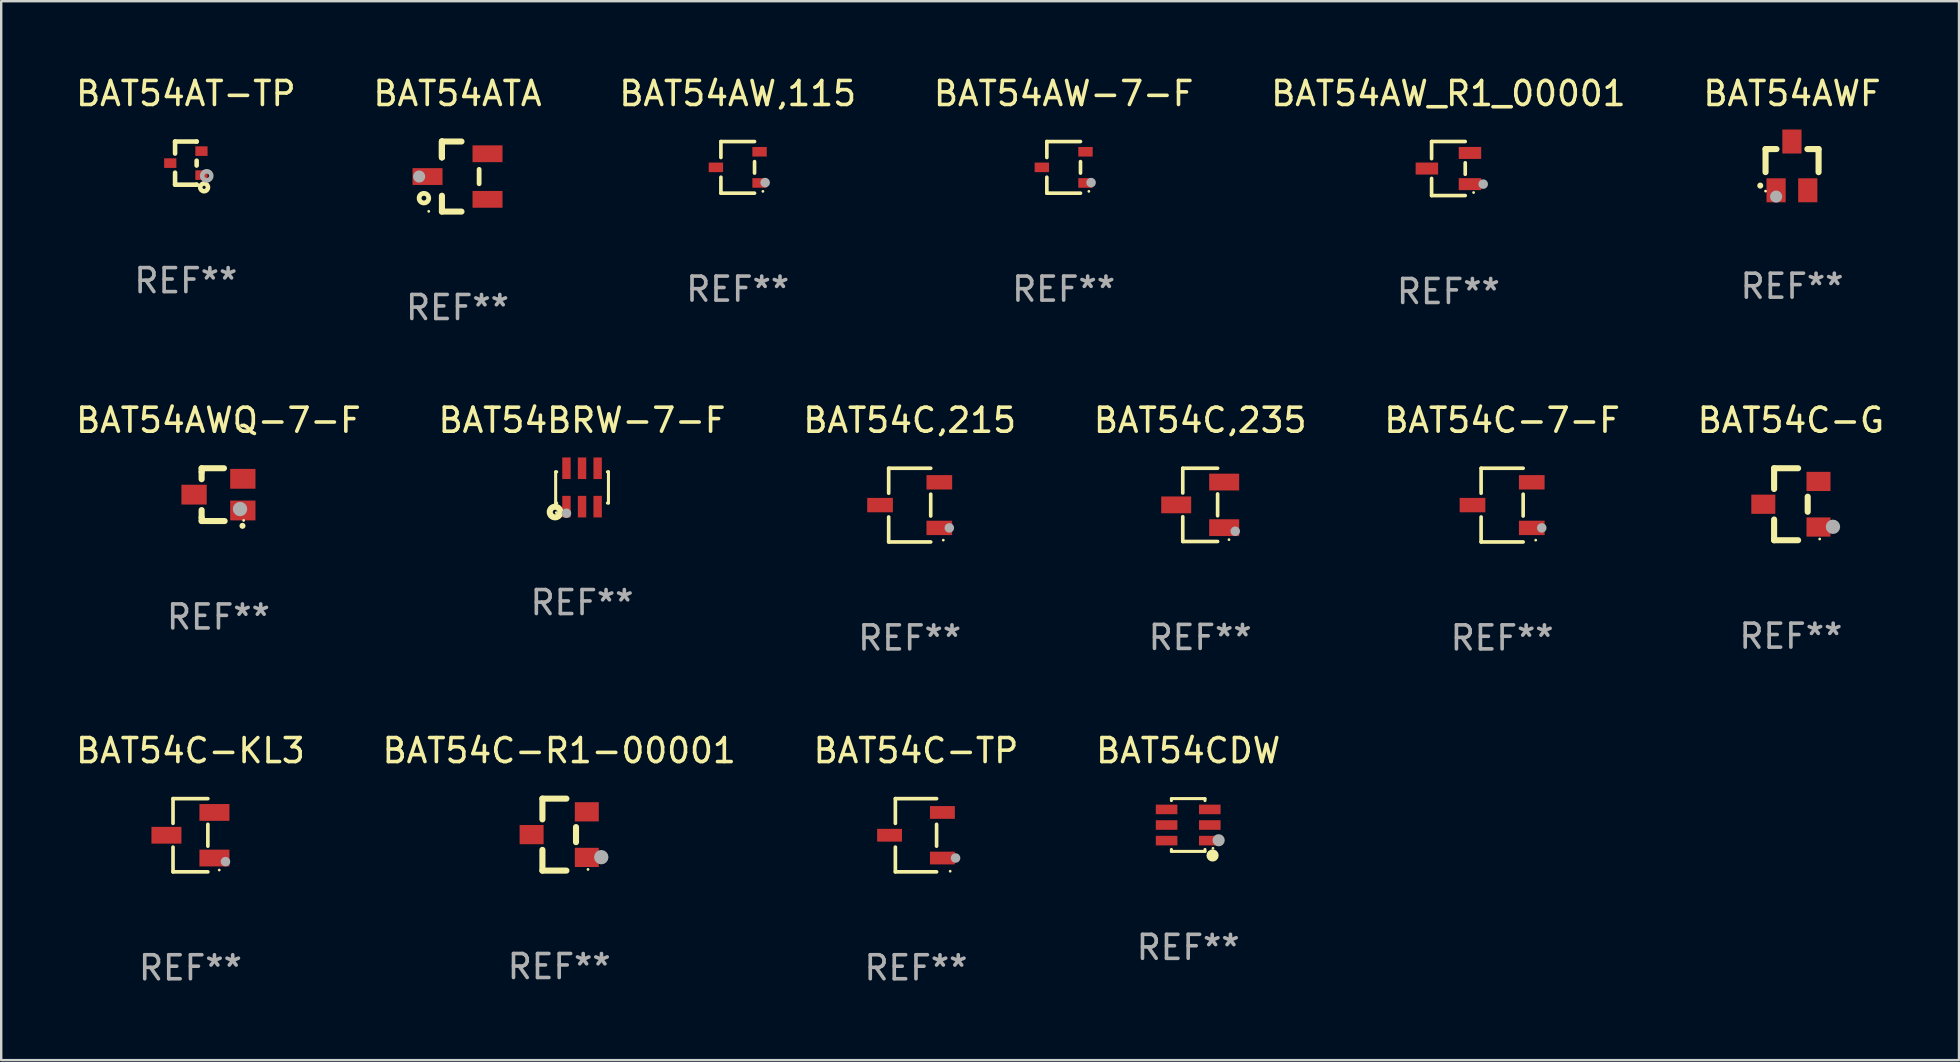
<source format=kicad_pcb>
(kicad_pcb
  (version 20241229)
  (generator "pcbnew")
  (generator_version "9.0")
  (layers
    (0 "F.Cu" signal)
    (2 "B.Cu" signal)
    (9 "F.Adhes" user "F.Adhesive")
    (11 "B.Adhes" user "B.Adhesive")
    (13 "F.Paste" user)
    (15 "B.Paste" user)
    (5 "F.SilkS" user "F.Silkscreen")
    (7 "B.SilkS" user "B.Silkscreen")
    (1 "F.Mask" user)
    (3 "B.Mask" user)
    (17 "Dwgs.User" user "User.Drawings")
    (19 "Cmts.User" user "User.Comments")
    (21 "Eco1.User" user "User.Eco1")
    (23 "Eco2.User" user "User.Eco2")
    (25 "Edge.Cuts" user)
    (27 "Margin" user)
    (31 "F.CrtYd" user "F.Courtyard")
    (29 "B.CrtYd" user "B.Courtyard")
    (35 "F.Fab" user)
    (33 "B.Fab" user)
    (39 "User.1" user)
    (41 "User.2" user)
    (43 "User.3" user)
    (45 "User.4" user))
  (footprint "BAT54AW_R1_00001"
    (layer "F.Cu")
    (at 57.315 3.974)
    (property "Reference" "BAT54AW_R1_00001" (at 0 -3.126 0) (layer "F.SilkS") (effects (font (size 1 1) (thickness 0.15))))
    (attr through_hole)
    (fp_line (start -0.701 -1.126) (end -0.701 -0.411) (stroke (width 0.152) (type solid)) (layer "F.SilkS"))
    (fp_line (start -0.701 1.126) (end -0.701 0.411) (stroke (width 0.152) (type solid)) (layer "F.SilkS"))
    (fp_line (start 0.701 -1.126) (end -0.701 -1.126) (stroke (width 0.152) (type solid)) (layer "F.SilkS"))
    (fp_line (start 0.701 -0.239) (end 0.701 0.239) (stroke (width 0.152) (type solid)) (layer "F.SilkS"))
    (fp_line (start 0.701 1.126) (end -0.701 1.126) (stroke (width 0.152) (type solid)) (layer "F.SilkS"))
    (fp_circle (center 1.05 1) (end 1.08 1) (stroke (width 0.06) (type solid)) (fill no) (layer "F.SilkS"))
    (fp_circle (center 1.45 0.65) (end 1.55 0.65) (stroke (width 0.2) (type solid)) (fill no) (layer "F.Fab"))
    (fp_text user "REF**" (at 0 5.126 0) (layer "F.Fab") (effects (font (size 1 1) (thickness 0.15))))
    (pad "1" smd rect (at 0.898 0.65) (size 0.936 0.5) (layers "F.Cu" "F.Mask" "F.Paste"))
    (pad "2" smd rect (at 0.898 -0.65) (size 0.936 0.5) (layers "F.Cu" "F.Mask" "F.Paste"))
    (pad "3" smd rect (at -0.898 0) (size 0.936 0.5) (layers "F.Cu" "F.Mask" "F.Paste")))
  (footprint "BAT54AWF"
    (layer "F.Cu")
    (at 71.637 3.864)
    (property "Reference" "BAT54AWF" (at 0 -3.016 0) (layer "F.SilkS") (effects (font (size 1 1) (thickness 0.15))))
    (attr through_hole)
    (fp_line (start -1.105 -0.701) (end -1.105 0.259) (stroke (width 0.254) (type solid)) (layer "F.SilkS"))
    (fp_line (start -0.955 -0.701) (end -1.105 -0.701) (stroke (width 0.254) (type solid)) (layer "F.SilkS"))
    (fp_line (start -0.955 -0.701) (end -0.649 -0.701) (stroke (width 0.254) (type solid)) (layer "F.SilkS"))
    (fp_line (start 0.639 -0.701) (end 0.945 -0.701) (stroke (width 0.254) (type solid)) (layer "F.SilkS"))
    (fp_line (start 0.945 -0.701) (end 1.105 -0.701) (stroke (width 0.254) (type solid)) (layer "F.SilkS"))
    (fp_line (start 1.105 -0.701) (end 1.105 0.261) (stroke (width 0.254) (type solid)) (layer "F.SilkS"))
    (fp_arc (start -1.324994 0.82253) (mid -1.325 0.82126) (end -1.324994 0.81999) (stroke (width 0.24892) (type solid)) (layer "F.SilkS"))
    (fp_circle (center -1.105 1.05) (end -1.075 1.05) (stroke (width 0.06) (type solid)) (fill no) (layer "F.SilkS"))
    (fp_circle (center -0.665 1.28) (end -0.538 1.28) (stroke (width 0.254) (type solid)) (fill no) (layer "F.Fab"))
    (fp_text user "REF**" (at 0 5.016 0) (layer "F.Fab") (effects (font (size 1 1) (thickness 0.15))))
    (pad "1" smd rect (at -0.665 1.016) (size 0.8 1) (layers "F.Cu" "F.Mask" "F.Paste"))
    (pad "2" smd rect (at 0.655 1.016) (size 0.8 1) (layers "F.Cu" "F.Mask" "F.Paste"))
    (pad "3" smd rect (at -0.005 -1.016) (size 0.8 1) (layers "F.Cu" "F.Mask" "F.Paste")))
  (footprint "BAT54C-R1-00001"
    (layer "F.Cu")
    (at 20.256 31.734)
    (property "Reference" "BAT54C-R1-00001" (at 0 -3.5 0) (layer "F.SilkS") (effects (font (size 1 1) (thickness 0.15))))
    (attr through_hole)
    (fp_line (start -0.7 -1.5) (end 0.3 -1.5) (stroke (width 0.254) (type solid)) (layer "F.SilkS"))
    (fp_line (start -0.7 -0.636) (end -0.7 -1.5) (stroke (width 0.254) (type solid)) (layer "F.SilkS"))
    (fp_line (start -0.7 1.5) (end -0.7 0.636) (stroke (width 0.254) (type solid)) (layer "F.SilkS"))
    (fp_line (start -0.7 1.5) (end 0.3 1.5) (stroke (width 0.254) (type solid)) (layer "F.SilkS"))
    (fp_line (start 0.7 0.314) (end 0.7 -0.314) (stroke (width 0.254) (type solid)) (layer "F.SilkS"))
    (fp_circle (center 1.2 1.45) (end 1.23 1.45) (stroke (width 0.06) (type solid)) (fill no) (layer "F.SilkS"))
    (fp_circle (center 1.753 0.94) (end 1.903 0.94) (stroke (width 0.3) (type solid)) (fill no) (layer "F.Fab"))
    (fp_text user "REF**" (at 0 5.5 0) (layer "F.Fab") (effects (font (size 1 1) (thickness 0.15))))
    (pad "1" smd rect (at 1.15 0.95 180) (size 1 0.8) (layers "F.Cu" "F.Mask" "F.Paste"))
    (pad "2" smd rect (at 1.15 -0.95 180) (size 1 0.8) (layers "F.Cu" "F.Mask" "F.Paste"))
    (pad "3" smd rect (at -1.15 -0.000051 180) (size 1 0.8) (layers "F.Cu" "F.Mask" "F.Paste")))
  (footprint "BAT54AW,115"
    (layer "F.Cu")
    (at 27.696 3.925)
    (property "Reference" "BAT54AW,115" (at 0 -3.076 0) (layer "F.SilkS") (effects (font (size 1 1) (thickness 0.15))))
    (attr through_hole)
    (fp_line (start -0.701 -1.076) (end -0.701 -0.411) (stroke (width 0.152) (type solid)) (layer "F.SilkS"))
    (fp_line (start -0.701 1.076) (end -0.701 0.411) (stroke (width 0.152) (type solid)) (layer "F.SilkS"))
    (fp_line (start 0.701 -1.076) (end -0.701 -1.076) (stroke (width 0.152) (type solid)) (layer "F.SilkS"))
    (fp_line (start 0.701 -0.239) (end 0.701 0.239) (stroke (width 0.152) (type solid)) (layer "F.SilkS"))
    (fp_line (start 0.701 1.076) (end -0.701 1.076) (stroke (width 0.152) (type solid)) (layer "F.SilkS"))
    (fp_circle (center 1.05 1) (end 1.08 1) (stroke (width 0.06) (type solid)) (fill no) (layer "F.SilkS"))
    (fp_circle (center 1.143 0.635) (end 1.243 0.635) (stroke (width 0.2) (type solid)) (fill no) (layer "F.Fab"))
    (fp_text user "REF**" (at 0 5.076 0) (layer "F.Fab") (effects (font (size 1 1) (thickness 0.15))))
    (pad "1" smd rect (at 0.91 0.65) (size 0.6 0.4) (layers "F.Cu" "F.Mask" "F.Paste"))
    (pad "2" smd rect (at 0.91 -0.65) (size 0.6 0.4) (layers "F.Cu" "F.Mask" "F.Paste"))
    (pad "3" smd rect (at -0.91 0) (size 0.6 0.4) (layers "F.Cu" "F.Mask" "F.Paste")))
  (footprint "BAT54BRW-7-F"
    (layer "F.Cu")
    (at 21.208 17.265)
    (property "Reference" "BAT54BRW-7-F" (at 0 -2.8 0) (layer "F.SilkS") (effects (font (size 1 1) (thickness 0.15))))
    (attr through_hole)
    (fp_line (start -1.1 -0.65) (end -1.1 0.65) (stroke (width 0.127) (type solid)) (layer "F.SilkS"))
    (fp_line (start -1.1 -0.65) (end -1.056 -0.65) (stroke (width 0.127) (type solid)) (layer "F.SilkS"))
    (fp_line (start -1.1 0.65) (end -1.056 0.65) (stroke (width 0.127) (type solid)) (layer "F.SilkS"))
    (fp_line (start 1.056 -0.65) (end 1.1 -0.65) (stroke (width 0.127) (type solid)) (layer "F.SilkS"))
    (fp_line (start 1.056 0.65) (end 1.1 0.65) (stroke (width 0.127) (type solid)) (layer "F.SilkS"))
    (fp_line (start 1.1 -0.65) (end 1.1 0.65) (stroke (width 0.127) (type solid)) (layer "F.SilkS"))
    (fp_circle (center -1.125 1.025) (end -1.031 1.025) (stroke (width 0.254) (type solid)) (fill no) (layer "F.SilkS"))
    (fp_circle (center -1.075 1.05) (end -1.045 1.05) (stroke (width 0.06) (type solid)) (fill no) (layer "F.SilkS"))
    (fp_circle (center -0.65 1.075) (end -0.55 1.075) (stroke (width 0.2) (type solid)) (fill no) (layer "F.Fab"))
    (fp_text user "REF**" (at 0 4.8 0) (layer "F.Fab") (effects (font (size 1 1) (thickness 0.15))))
    (pad "1" smd rect (at -0.65 0.8) (size 0.35 0.9) (layers "F.Cu" "F.Mask" "F.Paste"))
    (pad "2" smd rect (at 0.000025 0.8) (size 0.35 0.9) (layers "F.Cu" "F.Mask" "F.Paste"))
    (pad "3" smd rect (at 0.65 0.8) (size 0.35 0.9) (layers "F.Cu" "F.Mask" "F.Paste"))
    (pad "4" smd rect (at 0.65 -0.8) (size 0.35 0.9) (layers "F.Cu" "F.Mask" "F.Paste"))
    (pad "5" smd rect (at 0.000025 -0.8) (size 0.35 0.9) (layers "F.Cu" "F.Mask" "F.Paste"))
    (pad "6" smd rect (at -0.65 -0.8) (size 0.35 0.9) (layers "F.Cu" "F.Mask" "F.Paste")))
  (footprint "BAT54C-TP"
    (layer "F.Cu")
    (at 35.125 31.76)
    (property "Reference" "BAT54C-TP" (at 0 -3.526 0) (layer "F.SilkS") (effects (font (size 1 1) (thickness 0.15))))
    (attr through_hole)
    (fp_line (start -0.859 -1.526) (end -0.859 -0.495) (stroke (width 0.152) (type solid)) (layer "F.SilkS"))
    (fp_line (start -0.859 1.526) (end -0.859 0.495) (stroke (width 0.152) (type solid)) (layer "F.SilkS"))
    (fp_line (start 0.859 -1.526) (end -0.859 -1.526) (stroke (width 0.152) (type solid)) (layer "F.SilkS"))
    (fp_line (start 0.859 -0.455) (end 0.859 0.455) (stroke (width 0.152) (type solid)) (layer "F.SilkS"))
    (fp_line (start 0.859 1.526) (end -0.859 1.526) (stroke (width 0.152) (type solid)) (layer "F.SilkS"))
    (fp_circle (center 1.425 1.5) (end 1.455 1.5) (stroke (width 0.06) (type solid)) (fill no) (layer "F.SilkS"))
    (fp_circle (center 1.65 0.95) (end 1.75 0.95) (stroke (width 0.2) (type solid)) (fill no) (layer "F.Fab"))
    (fp_text user "REF**" (at 0 5.526 0) (layer "F.Fab") (effects (font (size 1 1) (thickness 0.15))))
    (pad "1" smd rect (at 1.101 0.95) (size 1.037 0.532) (layers "F.Cu" "F.Mask" "F.Paste"))
    (pad "2" smd rect (at 1.101 -0.95) (size 1.037 0.532) (layers "F.Cu" "F.Mask" "F.Paste"))
    (pad "3" smd rect (at -1.101 0) (size 1.037 0.532) (layers "F.Cu" "F.Mask" "F.Paste")))
  (footprint "BAT54AT-TP"
    (layer "F.Cu")
    (at 4.696 3.748)
    (property "Reference" "BAT54AT-TP" (at 0 -2.9 0) (layer "F.SilkS") (effects (font (size 1 1) (thickness 0.15))))
    (attr through_hole)
    (fp_line (start -0.45 -0.9) (end 0.45 -0.9) (stroke (width 0.19) (type solid)) (layer "F.SilkS"))
    (fp_line (start -0.45 -0.399) (end -0.45 -0.9) (stroke (width 0.19) (type solid)) (layer "F.SilkS"))
    (fp_line (start -0.45 0.9) (end -0.45 0.399) (stroke (width 0.19) (type solid)) (layer "F.SilkS"))
    (fp_line (start -0.45 0.9) (end 0.45 0.9) (stroke (width 0.19) (type solid)) (layer "F.SilkS"))
    (fp_line (start 0.45 -0.899) (end 0.45 -0.9) (stroke (width 0.19) (type solid)) (layer "F.SilkS"))
    (fp_line (start 0.45 0.101) (end 0.45 -0.101) (stroke (width 0.19) (type solid)) (layer "F.SilkS"))
    (fp_line (start 0.45 0.9) (end 0.45 0.899) (stroke (width 0.19) (type solid)) (layer "F.SilkS"))
    (fp_circle (center 0.76 1.01) (end 0.827 1.01) (stroke (width 0.19) (type solid)) (fill no) (layer "F.SilkS"))
    (fp_circle (center 0.8 0.8) (end 0.81 0.8) (stroke (width 0.02) (type solid)) (fill no) (layer "F.SilkS"))
    (fp_circle (center 0.87 0.53) (end 0.964 0.53) (stroke (width 0.19) (type solid)) (fill no) (layer "F.Fab"))
    (fp_text user "REF**" (at 0 4.9 0) (layer "F.Fab") (effects (font (size 1 1) (thickness 0.15))))
    (pad "1" smd rect (at 0.65 0.5 90) (size 0.4 0.51) (layers "F.Cu" "F.Mask" "F.Paste"))
    (pad "2" smd rect (at 0.65 -0.5 90) (size 0.4 0.51) (layers "F.Cu" "F.Mask" "F.Paste"))
    (pad "3" smd rect (at -0.65 0.000127 90) (size 0.4 0.51) (layers "F.Cu" "F.Mask" "F.Paste")))
  (footprint "BAT54ATA"
    (layer "F.Cu")
    (at 16.018 4.308)
    (property "Reference" "BAT54ATA" (at 0 -3.46 0) (layer "F.SilkS") (effects (font (size 1 1) (thickness 0.15))))
    (attr through_hole)
    (fp_line (start -0.65 -1.46) (end -0.65 -0.8) (stroke (width 0.254) (type solid)) (layer "F.SilkS"))
    (fp_line (start -0.65 -1.46) (end 0.165 -1.46) (stroke (width 0.254) (type solid)) (layer "F.SilkS"))
    (fp_line (start -0.65 -0.8) (end -0.65 -1.46) (stroke (width 0.254) (type solid)) (layer "F.SilkS"))
    (fp_line (start -0.65 -0.8) (end -0.65 -1.46) (stroke (width 0.254) (type solid)) (layer "F.SilkS"))
    (fp_line (start -0.65 1.46) (end -0.65 0.8) (stroke (width 0.254) (type solid)) (layer "F.SilkS"))
    (fp_line (start 0.165 1.46) (end -0.65 1.46) (stroke (width 0.254) (type solid)) (layer "F.SilkS"))
    (fp_line (start 0.9 0.3) (end 0.9 -0.3) (stroke (width 0.2) (type solid)) (layer "F.SilkS"))
    (fp_circle (center -1.4 0.9) (end -1.2 0.9) (stroke (width 0.2) (type solid)) (fill no) (layer "F.SilkS"))
    (fp_circle (center -1.2 1.45) (end -1.17 1.45) (stroke (width 0.06) (type solid)) (fill no) (layer "F.SilkS"))
    (fp_circle (center -1.6 0) (end -1.473 0) (stroke (width 0.254) (type solid)) (fill no) (layer "F.Fab"))
    (fp_text user "REF**" (at 0 5.46 0) (layer "F.Fab") (effects (font (size 1 1) (thickness 0.15))))
    (pad "1" smd rect (at -1.25 0 270) (size 0.7 1.25) (layers "F.Cu" "F.Mask" "F.Paste"))
    (pad "2" smd rect (at 1.25 -0.95 270) (size 0.7 1.25) (layers "F.Cu" "F.Mask" "F.Paste"))
    (pad "3" smd rect (at 1.25 0.95 270) (size 0.7 1.25) (layers "F.Cu" "F.Mask" "F.Paste")))
  (footprint "BAT54CDW"
    (layer "F.Cu")
    (at 46.47 31.334)
    (property "Reference" "BAT54CDW" (at 0 -3.1 0) (layer "F.SilkS") (effects (font (size 1 1) (thickness 0.15))))
    (attr through_hole)
    (fp_line (start -0.7 -1.018) (end -0.7 -1.1) (stroke (width 0.127) (type solid)) (layer "F.SilkS"))
    (fp_line (start -0.7 1.1) (end -0.7 1.018) (stroke (width 0.127) (type solid)) (layer "F.SilkS"))
    (fp_line (start 0.7 -1.1) (end -0.7 -1.1) (stroke (width 0.127) (type solid)) (layer "F.SilkS"))
    (fp_line (start 0.7 -1.018) (end 0.7 -1.1) (stroke (width 0.127) (type solid)) (layer "F.SilkS"))
    (fp_line (start 0.7 1.1) (end -0.7 1.1) (stroke (width 0.127) (type solid)) (layer "F.SilkS"))
    (fp_line (start 0.7 1.1) (end 0.7 1.018) (stroke (width 0.127) (type solid)) (layer "F.SilkS"))
    (fp_circle (center 1.016 1.27) (end 1.143 1.27) (stroke (width 0.254) (type solid)) (fill no) (layer "F.SilkS"))
    (fp_circle (center 1.032 0.97) (end 1.062 0.97) (stroke (width 0.06) (type solid)) (fill no) (layer "F.SilkS"))
    (fp_circle (center 1.27 0.635) (end 1.397 0.635) (stroke (width 0.254) (type solid)) (fill no) (layer "F.Fab"))
    (fp_text user "REF**" (at 0 5.1 0) (layer "F.Fab") (effects (font (size 1 1) (thickness 0.15))))
    (pad "1" smd rect (at 0.9 0.65 90) (size 0.4 0.9) (layers "F.Cu" "F.Mask" "F.Paste"))
    (pad "2" smd rect (at 0.9 -0.000102 90) (size 0.4 0.9) (layers "F.Cu" "F.Mask" "F.Paste"))
    (pad "3" smd rect (at 0.9 -0.65 90) (size 0.4 0.9) (layers "F.Cu" "F.Mask" "F.Paste"))
    (pad "4" smd rect (at -0.9 -0.65 90) (size 0.4 0.9) (layers "F.Cu" "F.Mask" "F.Paste"))
    (pad "5" smd rect (at -0.9 -0.000102 90) (size 0.4 0.9) (layers "F.Cu" "F.Mask" "F.Paste"))
    (pad "6" smd rect (at -0.9 0.65 90) (size 0.4 0.9) (layers "F.Cu" "F.Mask" "F.Paste")))
  (footprint "BAT54C-G"
    (layer "F.Cu")
    (at 71.589 17.965)
    (property "Reference" "BAT54C-G" (at 0 -3.5 0) (layer "F.SilkS") (effects (font (size 1 1) (thickness 0.15))))
    (attr through_hole)
    (fp_line (start -0.7 -1.5) (end 0.3 -1.5) (stroke (width 0.254) (type solid)) (layer "F.SilkS"))
    (fp_line (start -0.7 -0.636) (end -0.7 -1.5) (stroke (width 0.254) (type solid)) (layer "F.SilkS"))
    (fp_line (start -0.7 1.5) (end -0.7 0.636) (stroke (width 0.254) (type solid)) (layer "F.SilkS"))
    (fp_line (start -0.7 1.5) (end 0.3 1.5) (stroke (width 0.254) (type solid)) (layer "F.SilkS"))
    (fp_line (start 0.7 0.314) (end 0.7 -0.314) (stroke (width 0.254) (type solid)) (layer "F.SilkS"))
    (fp_circle (center 1.2 1.45) (end 1.23 1.45) (stroke (width 0.06) (type solid)) (fill no) (layer "F.SilkS"))
    (fp_circle (center 1.753 0.94) (end 1.903 0.94) (stroke (width 0.3) (type solid)) (fill no) (layer "F.Fab"))
    (fp_text user "REF**" (at 0 5.5 0) (layer "F.Fab") (effects (font (size 1 1) (thickness 0.15))))
    (pad "1" smd rect (at 1.15 0.95 180) (size 1 0.8) (layers "F.Cu" "F.Mask" "F.Paste"))
    (pad "2" smd rect (at 1.15 -0.95 180) (size 1 0.8) (layers "F.Cu" "F.Mask" "F.Paste"))
    (pad "3" smd rect (at -1.15 -0.000051 180) (size 1 0.8) (layers "F.Cu" "F.Mask" "F.Paste")))
  (footprint "BAT54AWQ-7-F"
    (layer "F.Cu")
    (at 6.054 17.565)
    (property "Reference" "BAT54AWQ-7-F" (at 0 -3.1 0) (layer "F.SilkS") (effects (font (size 1 1) (thickness 0.15))))
    (attr through_hole)
    (fp_line (start -0.701 -0.95) (end -0.701 -1.1) (stroke (width 0.254) (type solid)) (layer "F.SilkS"))
    (fp_line (start -0.701 -0.644) (end -0.701 -0.95) (stroke (width 0.254) (type solid)) (layer "F.SilkS"))
    (fp_line (start -0.701 0.95) (end -0.701 0.644) (stroke (width 0.254) (type solid)) (layer "F.SilkS"))
    (fp_line (start -0.701 0.95) (end -0.701 1.1) (stroke (width 0.254) (type solid)) (layer "F.SilkS"))
    (fp_line (start -0.7 -1.1) (end 0.23 -1.1) (stroke (width 0.254) (type solid)) (layer "F.SilkS"))
    (fp_line (start -0.7 1.1) (end 0.258 1.1) (stroke (width 0.254) (type solid)) (layer "F.SilkS"))
    (fp_arc (start 1 1.3) (mid 1.00127 1.299994) (end 1.00254 1.3) (stroke (width 0.24892) (type solid)) (layer "F.SilkS"))
    (fp_circle (center 1.05 1.075) (end 1.08 1.075) (stroke (width 0.06) (type solid)) (fill no) (layer "F.SilkS"))
    (fp_circle (center 0.9 0.6) (end 1.05 0.6) (stroke (width 0.3) (type solid)) (fill no) (layer "F.Fab"))
    (fp_text user "REF**" (at 0 5.1 0) (layer "F.Fab") (effects (font (size 1 1) (thickness 0.15))))
    (pad "1" smd rect (at 1.016 0.66) (size 1.054 0.826) (layers "F.Cu" "F.Mask" "F.Paste"))
    (pad "2" smd rect (at 1.016 -0.66) (size 1.054 0.826) (layers "F.Cu" "F.Mask" "F.Paste"))
    (pad "3" smd rect (at -1.016 0) (size 1.054 0.826) (layers "F.Cu" "F.Mask" "F.Paste")))
  (footprint "BAT54C,215"
    (layer "F.Cu")
    (at 34.863 18.001)
    (property "Reference" "BAT54C,215" (at 0 -3.536 0) (layer "F.SilkS") (effects (font (size 1 1) (thickness 0.15))))
    (attr through_hole)
    (fp_line (start -0.876 -1.536) (end -0.876 -0.495) (stroke (width 0.152) (type solid)) (layer "F.SilkS"))
    (fp_line (start -0.876 1.536) (end -0.876 0.495) (stroke (width 0.152) (type solid)) (layer "F.SilkS"))
    (fp_line (start 0.876 -1.536) (end -0.876 -1.536) (stroke (width 0.152) (type solid)) (layer "F.SilkS"))
    (fp_line (start 0.876 -0.455) (end 0.876 0.455) (stroke (width 0.152) (type solid)) (layer "F.SilkS"))
    (fp_line (start 0.876 1.536) (end -0.876 1.536) (stroke (width 0.152) (type solid)) (layer "F.SilkS"))
    (fp_circle (center 1.4 1.46) (end 1.43 1.46) (stroke (width 0.06) (type solid)) (fill no) (layer "F.SilkS"))
    (fp_circle (center 1.651 0.95) (end 1.751 0.95) (stroke (width 0.2) (type solid)) (fill no) (layer "F.Fab"))
    (fp_text user "REF**" (at 0 5.536 0) (layer "F.Fab") (effects (font (size 1 1) (thickness 0.15))))
    (pad "1" smd rect (at 1.235 0.95) (size 1.07 0.6) (layers "F.Cu" "F.Mask" "F.Paste"))
    (pad "2" smd rect (at 1.235 -0.95) (size 1.07 0.6) (layers "F.Cu" "F.Mask" "F.Paste"))
    (pad "3" smd rect (at -1.235 0) (size 1.07 0.6) (layers "F.Cu" "F.Mask" "F.Paste")))
  (footprint "BAT54AW-7-F"
    (layer "F.Cu")
    (at 41.28 3.925)
    (property "Reference" "BAT54AW-7-F" (at 0 -3.076 0) (layer "F.SilkS") (effects (font (size 1 1) (thickness 0.15))))
    (attr through_hole)
    (fp_line (start -0.701 -1.076) (end -0.701 -0.411) (stroke (width 0.152) (type solid)) (layer "F.SilkS"))
    (fp_line (start -0.701 1.076) (end -0.701 0.411) (stroke (width 0.152) (type solid)) (layer "F.SilkS"))
    (fp_line (start 0.701 -1.076) (end -0.701 -1.076) (stroke (width 0.152) (type solid)) (layer "F.SilkS"))
    (fp_line (start 0.701 -0.239) (end 0.701 0.239) (stroke (width 0.152) (type solid)) (layer "F.SilkS"))
    (fp_line (start 0.701 1.076) (end -0.701 1.076) (stroke (width 0.152) (type solid)) (layer "F.SilkS"))
    (fp_circle (center 1.05 1) (end 1.08 1) (stroke (width 0.06) (type solid)) (fill no) (layer "F.SilkS"))
    (fp_circle (center 1.143 0.635) (end 1.243 0.635) (stroke (width 0.2) (type solid)) (fill no) (layer "F.Fab"))
    (fp_text user "REF**" (at 0 5.076 0) (layer "F.Fab") (effects (font (size 1 1) (thickness 0.15))))
    (pad "1" smd rect (at 0.91 0.65) (size 0.6 0.4) (layers "F.Cu" "F.Mask" "F.Paste"))
    (pad "2" smd rect (at 0.91 -0.65) (size 0.6 0.4) (layers "F.Cu" "F.Mask" "F.Paste"))
    (pad "3" smd rect (at -0.91 0) (size 0.6 0.4) (layers "F.Cu" "F.Mask" "F.Paste")))
  (footprint "BAT54C-7-F"
    (layer "F.Cu")
    (at 59.554 18.001)
    (property "Reference" "BAT54C-7-F" (at 0 -3.536 0) (layer "F.SilkS") (effects (font (size 1 1) (thickness 0.15))))
    (attr through_hole)
    (fp_line (start -0.876 -1.536) (end -0.876 -0.495) (stroke (width 0.152) (type solid)) (layer "F.SilkS"))
    (fp_line (start -0.876 1.536) (end -0.876 0.495) (stroke (width 0.152) (type solid)) (layer "F.SilkS"))
    (fp_line (start 0.876 -1.536) (end -0.876 -1.536) (stroke (width 0.152) (type solid)) (layer "F.SilkS"))
    (fp_line (start 0.876 -0.455) (end 0.876 0.455) (stroke (width 0.152) (type solid)) (layer "F.SilkS"))
    (fp_line (start 0.876 1.536) (end -0.876 1.536) (stroke (width 0.152) (type solid)) (layer "F.SilkS"))
    (fp_circle (center 1.4 1.46) (end 1.43 1.46) (stroke (width 0.06) (type solid)) (fill no) (layer "F.SilkS"))
    (fp_circle (center 1.651 0.95) (end 1.751 0.95) (stroke (width 0.2) (type solid)) (fill no) (layer "F.Fab"))
    (fp_text user "REF**" (at 0 5.536 0) (layer "F.Fab") (effects (font (size 1 1) (thickness 0.15))))
    (pad "1" smd rect (at 1.235 0.95) (size 1.07 0.6) (layers "F.Cu" "F.Mask" "F.Paste"))
    (pad "2" smd rect (at 1.235 -0.95) (size 1.07 0.6) (layers "F.Cu" "F.Mask" "F.Paste"))
    (pad "3" smd rect (at -1.235 0) (size 1.07 0.6) (layers "F.Cu" "F.Mask" "F.Paste")))
  (footprint "BAT54C-KL3"
    (layer "F.Cu")
    (at 4.887 31.76)
    (property "Reference" "BAT54C-KL3" (at 0 -3.526 0) (layer "F.SilkS") (effects (font (size 1 1) (thickness 0.15))))
    (attr through_hole)
    (fp_line (start -0.726 -1.526) (end -0.726 -0.495) (stroke (width 0.152) (type solid)) (layer "F.SilkS"))
    (fp_line (start -0.726 1.526) (end -0.726 0.495) (stroke (width 0.152) (type solid)) (layer "F.SilkS"))
    (fp_line (start 0.726 -1.526) (end -0.726 -1.526) (stroke (width 0.152) (type solid)) (layer "F.SilkS"))
    (fp_line (start 0.726 -0.455) (end 0.726 0.455) (stroke (width 0.152) (type solid)) (layer "F.SilkS"))
    (fp_line (start 0.726 1.526) (end -0.726 1.526) (stroke (width 0.152) (type solid)) (layer "F.SilkS"))
    (fp_circle (center 1.2 1.45) (end 1.23 1.45) (stroke (width 0.06) (type solid)) (fill no) (layer "F.SilkS"))
    (fp_circle (center 1.46 1.1) (end 1.56 1.1) (stroke (width 0.2) (type solid)) (fill no) (layer "F.Fab"))
    (fp_text user "REF**" (at 0 5.526 0) (layer "F.Fab") (effects (font (size 1 1) (thickness 0.15))))
    (pad "1" smd rect (at 1 0.95) (size 1.25 0.7) (layers "F.Cu" "F.Mask" "F.Paste"))
    (pad "2" smd rect (at 1 -0.95) (size 1.25 0.7) (layers "F.Cu" "F.Mask" "F.Paste"))
    (pad "3" smd rect (at -1 0) (size 1.25 0.7) (layers "F.Cu" "F.Mask" "F.Paste")))
  (footprint "BAT54C,235"
    (layer "F.Cu")
    (at 46.97 17.991)
    (property "Reference" "BAT54C,235" (at 0 -3.526 0) (layer "F.SilkS") (effects (font (size 1 1) (thickness 0.15))))
    (attr through_hole)
    (fp_line (start -0.726 -1.526) (end -0.726 -0.495) (stroke (width 0.152) (type solid)) (layer "F.SilkS"))
    (fp_line (start -0.726 1.526) (end -0.726 0.495) (stroke (width 0.152) (type solid)) (layer "F.SilkS"))
    (fp_line (start 0.726 -1.526) (end -0.726 -1.526) (stroke (width 0.152) (type solid)) (layer "F.SilkS"))
    (fp_line (start 0.726 -0.455) (end 0.726 0.455) (stroke (width 0.152) (type solid)) (layer "F.SilkS"))
    (fp_line (start 0.726 1.526) (end -0.726 1.526) (stroke (width 0.152) (type solid)) (layer "F.SilkS"))
    (fp_circle (center 1.2 1.45) (end 1.23 1.45) (stroke (width 0.06) (type solid)) (fill no) (layer "F.SilkS"))
    (fp_circle (center 1.46 1.1) (end 1.56 1.1) (stroke (width 0.2) (type solid)) (fill no) (layer "F.Fab"))
    (fp_text user "REF**" (at 0 5.526 0) (layer "F.Fab") (effects (font (size 1 1) (thickness 0.15))))
    (pad "1" smd rect (at 1 0.95) (size 1.25 0.7) (layers "F.Cu" "F.Mask" "F.Paste"))
    (pad "2" smd rect (at 1 -0.95) (size 1.25 0.7) (layers "F.Cu" "F.Mask" "F.Paste"))
    (pad "3" smd rect (at -1 0) (size 1.25 0.7) (layers "F.Cu" "F.Mask" "F.Paste")))
  (gr_rect
    (start -3 -3)
    (end 78.595 41.134)
    (stroke (width 0.1) (type default))
    (fill no)
    (layer "Edge.Cuts")))
</source>
